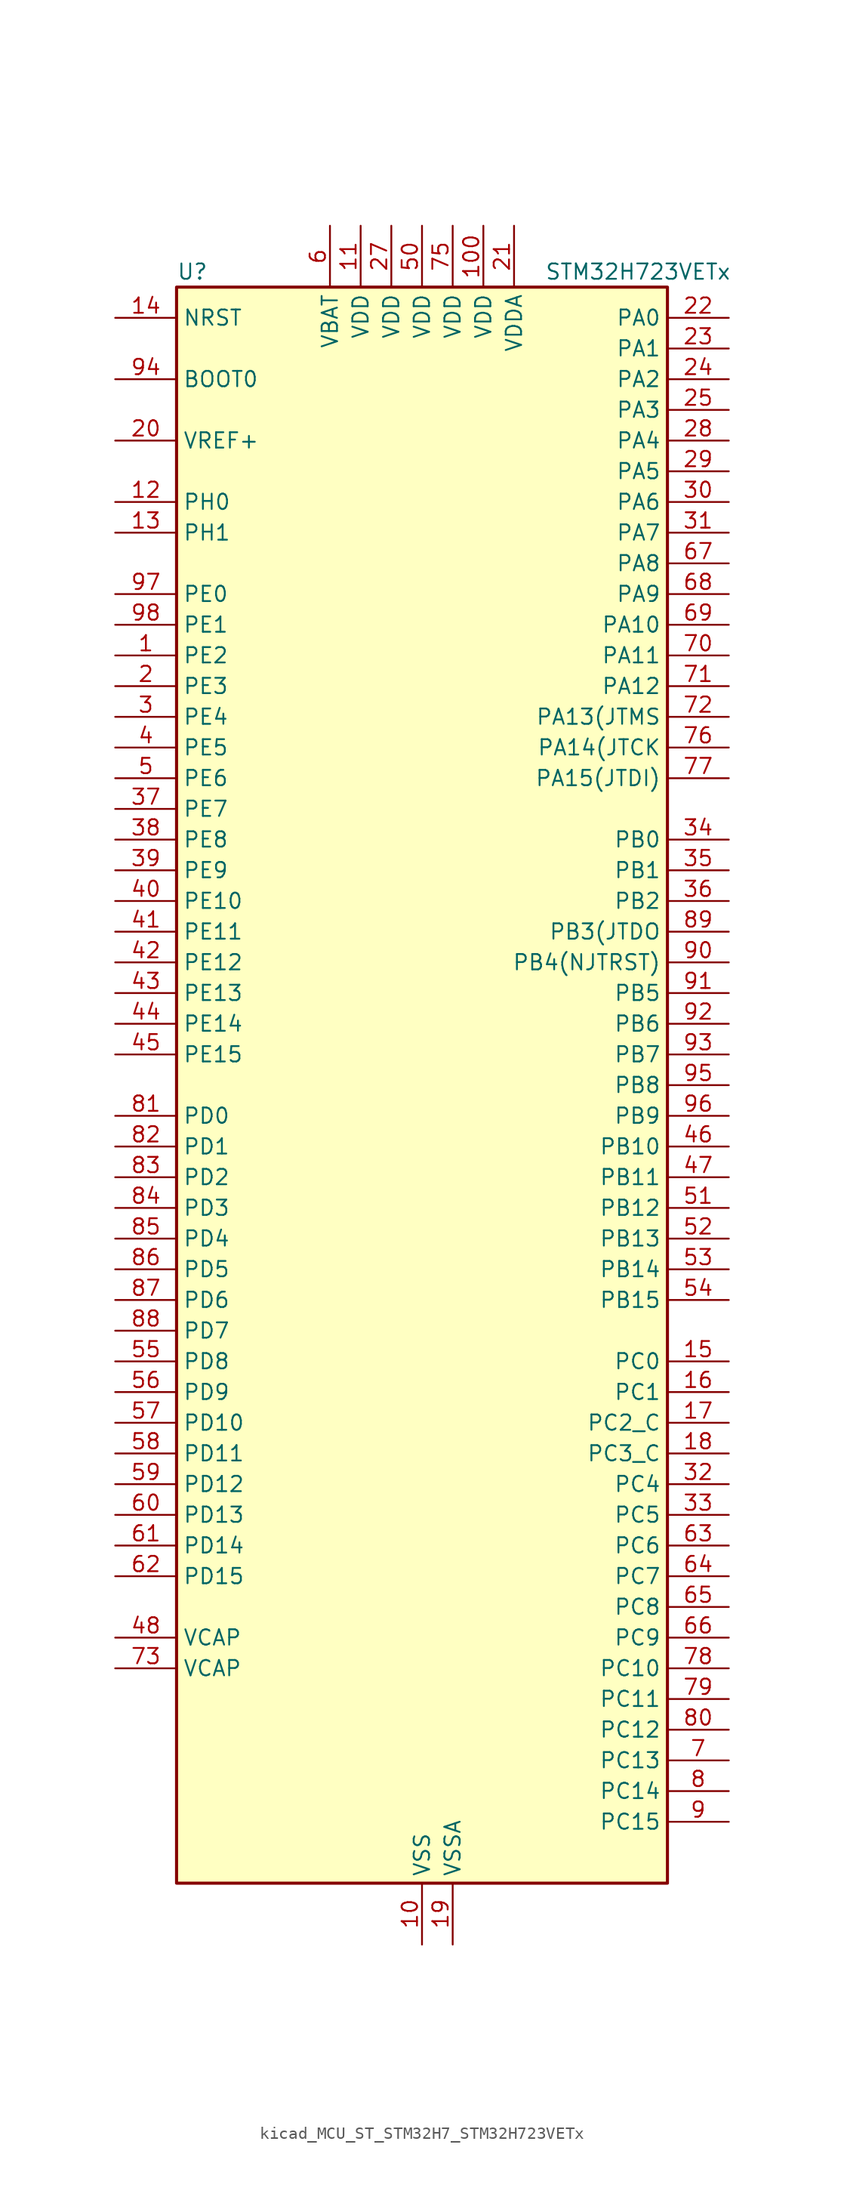
<source format=kicad_sym>
(kicad_symbol_lib
  (version 20220914)
  (generator kicad_symbol_editor)
  (symbol "kicad_MCU_ST_STM32H7_STM32H723VETx"
    (property "Reference" "U"
      (at -20.32 67.31 0)
      (effects (font (size 1.27 1.27)) (justify left)))
    (property "Value" "STM32H723VETx"
      (at 10.16 67.31 0)
      (effects (font (size 1.27 1.27)) (justify left)))
    (property "ki_locked" ""
      (at 0 0 0)
      (effects (font (size 1.27 1.27))))
    (symbol "kicad_MCU_ST_STM32H7_STM32H723VETx_0_1"
      (rectangle (start -20.32 -66.04) (end 20.32 66.04) (stroke (width 0.254) (type default)) (fill (type background))))
    (symbol "kicad_MCU_ST_STM32H7_STM32H723VETx_1_1"
      (pin bidirectional line (at -25.4 35.56 0) (length 5.08) (name "PE2" (effects (font (size 1.27 1.27)))) (number "1" (effects (font (size 1.27 1.27)))) (alternate "DEBUG_TRACECLK" bidirectional line) (alternate "ETH_TXD3" bidirectional line) (alternate "FMC_A23" bidirectional line) (alternate "OCTOSPIM_P1_IO2" bidirectional line) (alternate "SAI1_CK1" bidirectional line) (alternate "SAI1_MCLK_A" bidirectional line) (alternate "SAI4_CK1" bidirectional line) (alternate "SAI4_MCLK_A" bidirectional line) (alternate "SPI4_SCK" bidirectional line) (alternate "USART10_RX" bidirectional line))
      (pin power_in line (at 0 -71.12 90) (length 5.08) (name "VSS" (effects (font (size 1.27 1.27)))) (number "10" (effects (font (size 1.27 1.27)))))
      (pin power_in line (at 5.08 71.12 270) (length 5.08) (name "VDD" (effects (font (size 1.27 1.27)))) (number "100" (effects (font (size 1.27 1.27)))))
      (pin power_in line (at -5.08 71.12 270) (length 5.08) (name "VDD" (effects (font (size 1.27 1.27)))) (number "11" (effects (font (size 1.27 1.27)))))
      (pin bidirectional line (at -25.4 48.26 0) (length 5.08) (name "PH0" (effects (font (size 1.27 1.27)))) (number "12" (effects (font (size 1.27 1.27)))) (alternate "RCC_OSC_IN" bidirectional line))
      (pin bidirectional line (at -25.4 45.72 0) (length 5.08) (name "PH1" (effects (font (size 1.27 1.27)))) (number "13" (effects (font (size 1.27 1.27)))) (alternate "RCC_OSC_OUT" bidirectional line))
      (pin input line (at -25.4 63.5 0) (length 5.08) (name "NRST" (effects (font (size 1.27 1.27)))) (number "14" (effects (font (size 1.27 1.27)))))
      (pin bidirectional line (at 25.4 -22.86 180) (length 5.08) (name "PC0" (effects (font (size 1.27 1.27)))) (number "15" (effects (font (size 1.27 1.27)))) (alternate "ADC1_INP10" bidirectional line) (alternate "ADC2_INP10" bidirectional line) (alternate "ADC3_INP10" bidirectional line) (alternate "DFSDM1_CKIN0" bidirectional line) (alternate "DFSDM1_DATIN4" bidirectional line) (alternate "FMC_A25" bidirectional line) (alternate "FMC_D12" bidirectional line) (alternate "FMC_DA12" bidirectional line) (alternate "FMC_SDNWE" bidirectional line) (alternate "LTDC_G2" bidirectional line) (alternate "LTDC_R5" bidirectional line) (alternate "SAI4_FS_B" bidirectional line) (alternate "USB_OTG_HS_ULPI_STP" bidirectional line))
      (pin bidirectional line (at 25.4 -25.4 180) (length 5.08) (name "PC1" (effects (font (size 1.27 1.27)))) (number "16" (effects (font (size 1.27 1.27)))) (alternate "ADC1_INN10" bidirectional line) (alternate "ADC1_INP11" bidirectional line) (alternate "ADC2_INN10" bidirectional line) (alternate "ADC2_INP11" bidirectional line) (alternate "ADC3_INN10" bidirectional line) (alternate "ADC3_INP11" bidirectional line) (alternate "DEBUG_TRACED0" bidirectional line) (alternate "DFSDM1_CKIN4" bidirectional line) (alternate "DFSDM1_DATIN0" bidirectional line) (alternate "ETH_MDC" bidirectional line) (alternate "I2S2_SDO" bidirectional line) (alternate "LTDC_G5" bidirectional line) (alternate "MDIOS_MDC" bidirectional line) (alternate "OCTOSPIM_P1_IO4" bidirectional line) (alternate "PWR_WKUP6" bidirectional line) (alternate "RTC_TAMP3" bidirectional line) (alternate "SAI1_D1" bidirectional line) (alternate "SAI1_SD_A" bidirectional line) (alternate "SAI4_D1" bidirectional line) (alternate "SAI4_SD_A" bidirectional line) (alternate "SDMMC2_CK" bidirectional line) (alternate "SPI2_MOSI" bidirectional line))
      (pin bidirectional line (at 25.4 -27.94 180) (length 5.08) (name "PC2_C" (effects (font (size 1.27 1.27)))) (number "17" (effects (font (size 1.27 1.27)))) (alternate "ADC3_INN1" bidirectional line) (alternate "ADC3_INP0" bidirectional line) (alternate "DFSDM1_CKIN1" bidirectional line) (alternate "DFSDM1_CKOUT" bidirectional line) (alternate "ETH_TXD2" bidirectional line) (alternate "FMC_SDNE0" bidirectional line) (alternate "I2S2_SDI" bidirectional line) (alternate "OCTOSPIM_P1_IO2" bidirectional line) (alternate "OCTOSPIM_P1_IO5" bidirectional line) (alternate "PWR_CSTOP" bidirectional line) (alternate "SPI2_MISO" bidirectional line) (alternate "USB_OTG_HS_ULPI_DIR" bidirectional line))
      (pin bidirectional line (at 25.4 -30.48 180) (length 5.08) (name "PC3_C" (effects (font (size 1.27 1.27)))) (number "18" (effects (font (size 1.27 1.27)))) (alternate "ADC3_INP1" bidirectional line) (alternate "DFSDM1_DATIN1" bidirectional line) (alternate "ETH_TX_CLK" bidirectional line) (alternate "FMC_SDCKE0" bidirectional line) (alternate "I2S2_SDO" bidirectional line) (alternate "OCTOSPIM_P1_IO0" bidirectional line) (alternate "OCTOSPIM_P1_IO6" bidirectional line) (alternate "PWR_CSLEEP" bidirectional line) (alternate "SPI2_MOSI" bidirectional line) (alternate "USB_OTG_HS_ULPI_NXT" bidirectional line))
      (pin power_in line (at 2.54 -71.12 90) (length 5.08) (name "VSSA" (effects (font (size 1.27 1.27)))) (number "19" (effects (font (size 1.27 1.27)))))
      (pin bidirectional line (at -25.4 33.02 0) (length 5.08) (name "PE3" (effects (font (size 1.27 1.27)))) (number "2" (effects (font (size 1.27 1.27)))) (alternate "DEBUG_TRACED0" bidirectional line) (alternate "FMC_A19" bidirectional line) (alternate "SAI1_SD_B" bidirectional line) (alternate "SAI4_SD_B" bidirectional line) (alternate "TIM15_BKIN" bidirectional line) (alternate "USART10_TX" bidirectional line))
      (pin input line (at -25.4 53.34 0) (length 5.08) (name "VREF+" (effects (font (size 1.27 1.27)))) (number "20" (effects (font (size 1.27 1.27)))) (alternate "VREFBUF_OUT" bidirectional line))
      (pin power_in line (at 7.62 71.12 270) (length 5.08) (name "VDDA" (effects (font (size 1.27 1.27)))) (number "21" (effects (font (size 1.27 1.27)))))
      (pin bidirectional line (at 25.4 63.5 180) (length 5.08) (name "PA0" (effects (font (size 1.27 1.27)))) (number "22" (effects (font (size 1.27 1.27)))) (alternate "ADC1_INP16" bidirectional line) (alternate "ETH_CRS" bidirectional line) (alternate "FMC_A19" bidirectional line) (alternate "I2S6_WS" bidirectional line) (alternate "PWR_WKUP1" bidirectional line) (alternate "SAI4_SD_B" bidirectional line) (alternate "SDMMC2_CMD" bidirectional line) (alternate "SPI6_NSS" bidirectional line) (alternate "TIM15_BKIN" bidirectional line) (alternate "TIM2_CH1" bidirectional line) (alternate "TIM2_ETR" bidirectional line) (alternate "TIM5_CH1" bidirectional line) (alternate "TIM8_ETR" bidirectional line) (alternate "UART4_TX" bidirectional line) (alternate "USART2_CTS" bidirectional line) (alternate "USART2_NSS" bidirectional line))
      (pin bidirectional line (at 25.4 60.96 180) (length 5.08) (name "PA1" (effects (font (size 1.27 1.27)))) (number "23" (effects (font (size 1.27 1.27)))) (alternate "ADC1_INN16" bidirectional line) (alternate "ADC1_INP17" bidirectional line) (alternate "ETH_REF_CLK" bidirectional line) (alternate "ETH_RX_CLK" bidirectional line) (alternate "LPTIM3_OUT" bidirectional line) (alternate "LTDC_R2" bidirectional line) (alternate "OCTOSPIM_P1_DQS" bidirectional line) (alternate "OCTOSPIM_P1_IO3" bidirectional line) (alternate "SAI4_MCLK_B" bidirectional line) (alternate "TIM15_CH1N" bidirectional line) (alternate "TIM2_CH2" bidirectional line) (alternate "TIM5_CH2" bidirectional line) (alternate "UART4_RX" bidirectional line) (alternate "USART2_DE" bidirectional line) (alternate "USART2_RTS" bidirectional line))
      (pin bidirectional line (at 25.4 58.42 180) (length 5.08) (name "PA2" (effects (font (size 1.27 1.27)))) (number "24" (effects (font (size 1.27 1.27)))) (alternate "ADC1_INP14" bidirectional line) (alternate "ADC2_INP14" bidirectional line) (alternate "ETH_MDIO" bidirectional line) (alternate "LPTIM4_OUT" bidirectional line) (alternate "LTDC_R1" bidirectional line) (alternate "MDIOS_MDIO" bidirectional line) (alternate "OCTOSPIM_P1_IO0" bidirectional line) (alternate "PWR_WKUP2" bidirectional line) (alternate "SAI4_SCK_B" bidirectional line) (alternate "TIM15_CH1" bidirectional line) (alternate "TIM2_CH3" bidirectional line) (alternate "TIM5_CH3" bidirectional line) (alternate "USART2_TX" bidirectional line))
      (pin bidirectional line (at 25.4 55.88 180) (length 5.08) (name "PA3" (effects (font (size 1.27 1.27)))) (number "25" (effects (font (size 1.27 1.27)))) (alternate "ADC1_INP15" bidirectional line) (alternate "ADC2_INP15" bidirectional line) (alternate "ETH_COL" bidirectional line) (alternate "I2S6_MCK" bidirectional line) (alternate "LPTIM5_OUT" bidirectional line) (alternate "LTDC_B2" bidirectional line) (alternate "LTDC_B5" bidirectional line) (alternate "OCTOSPIM_P1_CLK" bidirectional line) (alternate "OCTOSPIM_P1_IO2" bidirectional line) (alternate "TIM15_CH2" bidirectional line) (alternate "TIM2_CH4" bidirectional line) (alternate "TIM5_CH4" bidirectional line) (alternate "USART2_RX" bidirectional line) (alternate "USB_OTG_HS_ULPI_D0" bidirectional line))
      (pin passive line (at 0 -71.12 90) (length 5.08) hide (name "VSS" (effects (font (size 1.27 1.27)))) (number "26" (effects (font (size 1.27 1.27)))))
      (pin power_in line (at -2.54 71.12 270) (length 5.08) (name "VDD" (effects (font (size 1.27 1.27)))) (number "27" (effects (font (size 1.27 1.27)))))
      (pin bidirectional line (at 25.4 53.34 180) (length 5.08) (name "PA4" (effects (font (size 1.27 1.27)))) (number "28" (effects (font (size 1.27 1.27)))) (alternate "ADC1_INP18" bidirectional line) (alternate "ADC2_INP18" bidirectional line) (alternate "DAC1_OUT1" bidirectional line) (alternate "DCMI_HSYNC" bidirectional line) (alternate "FMC_D8" bidirectional line) (alternate "FMC_DA8" bidirectional line) (alternate "I2S1_WS" bidirectional line) (alternate "I2S3_WS" bidirectional line) (alternate "I2S6_WS" bidirectional line) (alternate "LTDC_VSYNC" bidirectional line) (alternate "PSSI_DE" bidirectional line) (alternate "SPI1_NSS" bidirectional line) (alternate "SPI3_NSS" bidirectional line) (alternate "SPI6_NSS" bidirectional line) (alternate "TIM5_ETR" bidirectional line) (alternate "USART2_CK" bidirectional line))
      (pin bidirectional line (at 25.4 50.8 180) (length 5.08) (name "PA5" (effects (font (size 1.27 1.27)))) (number "29" (effects (font (size 1.27 1.27)))) (alternate "ADC1_INN18" bidirectional line) (alternate "ADC1_INP19" bidirectional line) (alternate "ADC2_INN18" bidirectional line) (alternate "ADC2_INP19" bidirectional line) (alternate "DAC1_OUT2" bidirectional line) (alternate "FMC_D9" bidirectional line) (alternate "FMC_DA9" bidirectional line) (alternate "I2S1_CK" bidirectional line) (alternate "I2S6_CK" bidirectional line) (alternate "LTDC_R4" bidirectional line) (alternate "PSSI_D14" bidirectional line) (alternate "PWR_NDSTOP2" bidirectional line) (alternate "SPI1_SCK" bidirectional line) (alternate "SPI6_SCK" bidirectional line) (alternate "TIM2_CH1" bidirectional line) (alternate "TIM2_ETR" bidirectional line) (alternate "TIM8_CH1N" bidirectional line) (alternate "USB_OTG_HS_ULPI_CK" bidirectional line))
      (pin bidirectional line (at -25.4 30.48 0) (length 5.08) (name "PE4" (effects (font (size 1.27 1.27)))) (number "3" (effects (font (size 1.27 1.27)))) (alternate "DCMI_D4" bidirectional line) (alternate "DEBUG_TRACED1" bidirectional line) (alternate "DFSDM1_DATIN3" bidirectional line) (alternate "FMC_A20" bidirectional line) (alternate "LTDC_B0" bidirectional line) (alternate "PSSI_D4" bidirectional line) (alternate "SAI1_D2" bidirectional line) (alternate "SAI1_FS_A" bidirectional line) (alternate "SAI4_D2" bidirectional line) (alternate "SAI4_FS_A" bidirectional line) (alternate "SPI4_NSS" bidirectional line) (alternate "TIM15_CH1N" bidirectional line))
      (pin bidirectional line (at 25.4 48.26 180) (length 5.08) (name "PA6" (effects (font (size 1.27 1.27)))) (number "30" (effects (font (size 1.27 1.27)))) (alternate "ADC1_INP3" bidirectional line) (alternate "ADC2_INP3" bidirectional line) (alternate "DCMI_PIXCLK" bidirectional line) (alternate "I2S1_SDI" bidirectional line) (alternate "I2S6_SDI" bidirectional line) (alternate "LTDC_G2" bidirectional line) (alternate "MDIOS_MDC" bidirectional line) (alternate "OCTOSPIM_P1_IO3" bidirectional line) (alternate "PSSI_PDCK" bidirectional line) (alternate "SPI1_MISO" bidirectional line) (alternate "SPI6_MISO" bidirectional line) (alternate "TIM13_CH1" bidirectional line) (alternate "TIM1_BKIN" bidirectional line) (alternate "TIM1_BKIN_COMP1" bidirectional line) (alternate "TIM1_BKIN_COMP2" bidirectional line) (alternate "TIM3_CH1" bidirectional line) (alternate "TIM8_BKIN" bidirectional line) (alternate "TIM8_BKIN_COMP1" bidirectional line) (alternate "TIM8_BKIN_COMP2" bidirectional line))
      (pin bidirectional line (at 25.4 45.72 180) (length 5.08) (name "PA7" (effects (font (size 1.27 1.27)))) (number "31" (effects (font (size 1.27 1.27)))) (alternate "ADC1_INN3" bidirectional line) (alternate "ADC1_INP7" bidirectional line) (alternate "ADC2_INN3" bidirectional line) (alternate "ADC2_INP7" bidirectional line) (alternate "ETH_CRS_DV" bidirectional line) (alternate "ETH_RX_DV" bidirectional line) (alternate "FMC_SDNWE" bidirectional line) (alternate "I2S1_SDO" bidirectional line) (alternate "I2S6_SDO" bidirectional line) (alternate "LTDC_VSYNC" bidirectional line) (alternate "OCTOSPIM_P1_IO2" bidirectional line) (alternate "OPAMP1_VINM" bidirectional line) (alternate "SPI1_MOSI" bidirectional line) (alternate "SPI6_MOSI" bidirectional line) (alternate "TIM14_CH1" bidirectional line) (alternate "TIM1_CH1N" bidirectional line) (alternate "TIM3_CH2" bidirectional line) (alternate "TIM8_CH1N" bidirectional line))
      (pin bidirectional line (at 25.4 -33.02 180) (length 5.08) (name "PC4" (effects (font (size 1.27 1.27)))) (number "32" (effects (font (size 1.27 1.27)))) (alternate "ADC1_INP4" bidirectional line) (alternate "ADC2_INP4" bidirectional line) (alternate "COMP1_INM" bidirectional line) (alternate "DFSDM1_CKIN2" bidirectional line) (alternate "ETH_RXD0" bidirectional line) (alternate "FMC_A22" bidirectional line) (alternate "FMC_SDNE0" bidirectional line) (alternate "I2S1_MCK" bidirectional line) (alternate "LTDC_R7" bidirectional line) (alternate "OPAMP1_VOUT" bidirectional line) (alternate "SDMMC2_CKIN" bidirectional line) (alternate "SPDIFRX1_IN2" bidirectional line))
      (pin bidirectional line (at 25.4 -35.56 180) (length 5.08) (name "PC5" (effects (font (size 1.27 1.27)))) (number "33" (effects (font (size 1.27 1.27)))) (alternate "ADC1_INN4" bidirectional line) (alternate "ADC1_INP8" bidirectional line) (alternate "ADC2_INN4" bidirectional line) (alternate "ADC2_INP8" bidirectional line) (alternate "COMP1_OUT" bidirectional line) (alternate "DFSDM1_DATIN2" bidirectional line) (alternate "ETH_RXD1" bidirectional line) (alternate "FMC_SDCKE0" bidirectional line) (alternate "LTDC_DE" bidirectional line) (alternate "OCTOSPIM_P1_DQS" bidirectional line) (alternate "OPAMP1_VINM" bidirectional line) (alternate "PSSI_D15" bidirectional line) (alternate "SAI1_D3" bidirectional line) (alternate "SAI4_D3" bidirectional line) (alternate "SPDIFRX1_IN3" bidirectional line))
      (pin bidirectional line (at 25.4 20.32 180) (length 5.08) (name "PB0" (effects (font (size 1.27 1.27)))) (number "34" (effects (font (size 1.27 1.27)))) (alternate "ADC1_INN5" bidirectional line) (alternate "ADC1_INP9" bidirectional line) (alternate "ADC2_INN5" bidirectional line) (alternate "ADC2_INP9" bidirectional line) (alternate "COMP1_INP" bidirectional line) (alternate "DFSDM1_CKOUT" bidirectional line) (alternate "ETH_RXD2" bidirectional line) (alternate "LTDC_G1" bidirectional line) (alternate "LTDC_R3" bidirectional line) (alternate "OCTOSPIM_P1_IO1" bidirectional line) (alternate "OPAMP1_VINP" bidirectional line) (alternate "TIM1_CH2N" bidirectional line) (alternate "TIM3_CH3" bidirectional line) (alternate "TIM8_CH2N" bidirectional line) (alternate "UART4_CTS" bidirectional line) (alternate "USB_OTG_HS_ULPI_D1" bidirectional line))
      (pin bidirectional line (at 25.4 17.78 180) (length 5.08) (name "PB1" (effects (font (size 1.27 1.27)))) (number "35" (effects (font (size 1.27 1.27)))) (alternate "ADC1_INP5" bidirectional line) (alternate "ADC2_INP5" bidirectional line) (alternate "COMP1_INM" bidirectional line) (alternate "DFSDM1_DATIN1" bidirectional line) (alternate "ETH_RXD3" bidirectional line) (alternate "LTDC_G0" bidirectional line) (alternate "LTDC_R6" bidirectional line) (alternate "OCTOSPIM_P1_IO0" bidirectional line) (alternate "TIM1_CH3N" bidirectional line) (alternate "TIM3_CH4" bidirectional line) (alternate "TIM8_CH3N" bidirectional line) (alternate "USB_OTG_HS_ULPI_D2" bidirectional line))
      (pin bidirectional line (at 25.4 15.24 180) (length 5.08) (name "PB2" (effects (font (size 1.27 1.27)))) (number "36" (effects (font (size 1.27 1.27)))) (alternate "COMP1_INP" bidirectional line) (alternate "DFSDM1_CKIN1" bidirectional line) (alternate "ETH_TX_ER" bidirectional line) (alternate "I2S3_SDO" bidirectional line) (alternate "OCTOSPIM_P1_CLK" bidirectional line) (alternate "OCTOSPIM_P1_DQS" bidirectional line) (alternate "RTC_OUT_ALARM" bidirectional line) (alternate "RTC_OUT_CALIB" bidirectional line) (alternate "SAI1_D1" bidirectional line) (alternate "SAI1_SD_A" bidirectional line) (alternate "SAI4_D1" bidirectional line) (alternate "SAI4_SD_A" bidirectional line) (alternate "SPI3_MOSI" bidirectional line) (alternate "TIM23_ETR" bidirectional line))
      (pin bidirectional line (at -25.4 22.86 0) (length 5.08) (name "PE7" (effects (font (size 1.27 1.27)))) (number "37" (effects (font (size 1.27 1.27)))) (alternate "COMP2_INM" bidirectional line) (alternate "DFSDM1_DATIN2" bidirectional line) (alternate "FMC_D4" bidirectional line) (alternate "FMC_DA4" bidirectional line) (alternate "OCTOSPIM_P1_IO4" bidirectional line) (alternate "OPAMP2_VOUT" bidirectional line) (alternate "TIM1_ETR" bidirectional line) (alternate "UART7_RX" bidirectional line))
      (pin bidirectional line (at -25.4 20.32 0) (length 5.08) (name "PE8" (effects (font (size 1.27 1.27)))) (number "38" (effects (font (size 1.27 1.27)))) (alternate "COMP2_OUT" bidirectional line) (alternate "DFSDM1_CKIN2" bidirectional line) (alternate "FMC_D5" bidirectional line) (alternate "FMC_DA5" bidirectional line) (alternate "OCTOSPIM_P1_IO5" bidirectional line) (alternate "OPAMP2_VINM" bidirectional line) (alternate "TIM1_CH1N" bidirectional line) (alternate "UART7_TX" bidirectional line))
      (pin bidirectional line (at -25.4 17.78 0) (length 5.08) (name "PE9" (effects (font (size 1.27 1.27)))) (number "39" (effects (font (size 1.27 1.27)))) (alternate "COMP2_INP" bidirectional line) (alternate "DAC1_EXTI9" bidirectional line) (alternate "DFSDM1_CKOUT" bidirectional line) (alternate "FMC_D6" bidirectional line) (alternate "FMC_DA6" bidirectional line) (alternate "OCTOSPIM_P1_IO6" bidirectional line) (alternate "OPAMP2_VINP" bidirectional line) (alternate "TIM1_CH1" bidirectional line) (alternate "UART7_DE" bidirectional line) (alternate "UART7_RTS" bidirectional line))
      (pin bidirectional line (at -25.4 27.94 0) (length 5.08) (name "PE5" (effects (font (size 1.27 1.27)))) (number "4" (effects (font (size 1.27 1.27)))) (alternate "DCMI_D6" bidirectional line) (alternate "DEBUG_TRACED2" bidirectional line) (alternate "DFSDM1_CKIN3" bidirectional line) (alternate "FMC_A21" bidirectional line) (alternate "LTDC_G0" bidirectional line) (alternate "PSSI_D6" bidirectional line) (alternate "SAI1_CK2" bidirectional line) (alternate "SAI1_SCK_A" bidirectional line) (alternate "SAI4_CK2" bidirectional line) (alternate "SAI4_SCK_A" bidirectional line) (alternate "SPI4_MISO" bidirectional line) (alternate "TIM15_CH1" bidirectional line))
      (pin bidirectional line (at -25.4 15.24 0) (length 5.08) (name "PE10" (effects (font (size 1.27 1.27)))) (number "40" (effects (font (size 1.27 1.27)))) (alternate "COMP2_INM" bidirectional line) (alternate "DFSDM1_DATIN4" bidirectional line) (alternate "FMC_D7" bidirectional line) (alternate "FMC_DA7" bidirectional line) (alternate "OCTOSPIM_P1_IO7" bidirectional line) (alternate "TIM1_CH2N" bidirectional line) (alternate "UART7_CTS" bidirectional line))
      (pin bidirectional line (at -25.4 12.7 0) (length 5.08) (name "PE11" (effects (font (size 1.27 1.27)))) (number "41" (effects (font (size 1.27 1.27)))) (alternate "ADC1_EXTI11" bidirectional line) (alternate "ADC2_EXTI11" bidirectional line) (alternate "ADC3_EXTI11" bidirectional line) (alternate "COMP2_INP" bidirectional line) (alternate "DFSDM1_CKIN4" bidirectional line) (alternate "FMC_D8" bidirectional line) (alternate "FMC_DA8" bidirectional line) (alternate "LTDC_G3" bidirectional line) (alternate "OCTOSPIM_P1_NCS" bidirectional line) (alternate "SAI4_SD_B" bidirectional line) (alternate "SPI4_NSS" bidirectional line) (alternate "TIM1_CH2" bidirectional line))
      (pin bidirectional line (at -25.4 10.16 0) (length 5.08) (name "PE12" (effects (font (size 1.27 1.27)))) (number "42" (effects (font (size 1.27 1.27)))) (alternate "COMP1_OUT" bidirectional line) (alternate "DFSDM1_DATIN5" bidirectional line) (alternate "FMC_D9" bidirectional line) (alternate "FMC_DA9" bidirectional line) (alternate "LTDC_B4" bidirectional line) (alternate "SAI4_SCK_B" bidirectional line) (alternate "SPI4_SCK" bidirectional line) (alternate "TIM1_CH3N" bidirectional line))
      (pin bidirectional line (at -25.4 7.62 0) (length 5.08) (name "PE13" (effects (font (size 1.27 1.27)))) (number "43" (effects (font (size 1.27 1.27)))) (alternate "COMP2_OUT" bidirectional line) (alternate "DFSDM1_CKIN5" bidirectional line) (alternate "FMC_D10" bidirectional line) (alternate "FMC_DA10" bidirectional line) (alternate "LTDC_DE" bidirectional line) (alternate "SAI4_FS_B" bidirectional line) (alternate "SPI4_MISO" bidirectional line) (alternate "TIM1_CH3" bidirectional line))
      (pin bidirectional line (at -25.4 5.08 0) (length 5.08) (name "PE14" (effects (font (size 1.27 1.27)))) (number "44" (effects (font (size 1.27 1.27)))) (alternate "FMC_D11" bidirectional line) (alternate "FMC_DA11" bidirectional line) (alternate "LTDC_CLK" bidirectional line) (alternate "SAI4_MCLK_B" bidirectional line) (alternate "SPI4_MOSI" bidirectional line) (alternate "TIM1_CH4" bidirectional line))
      (pin bidirectional line (at -25.4 2.54 0) (length 5.08) (name "PE15" (effects (font (size 1.27 1.27)))) (number "45" (effects (font (size 1.27 1.27)))) (alternate "ADC1_EXTI15" bidirectional line) (alternate "ADC2_EXTI15" bidirectional line) (alternate "ADC3_EXTI15" bidirectional line) (alternate "FMC_D12" bidirectional line) (alternate "FMC_DA12" bidirectional line) (alternate "LTDC_R7" bidirectional line) (alternate "TIM1_BKIN" bidirectional line) (alternate "TIM1_BKIN_COMP1" bidirectional line) (alternate "TIM1_BKIN_COMP2" bidirectional line) (alternate "USART10_CK" bidirectional line))
      (pin bidirectional line (at 25.4 -5.08 180) (length 5.08) (name "PB10" (effects (font (size 1.27 1.27)))) (number "46" (effects (font (size 1.27 1.27)))) (alternate "DFSDM1_DATIN7" bidirectional line) (alternate "ETH_RX_ER" bidirectional line) (alternate "I2C2_SCL" bidirectional line) (alternate "I2S2_CK" bidirectional line) (alternate "LPTIM2_IN1" bidirectional line) (alternate "LTDC_G4" bidirectional line) (alternate "OCTOSPIM_P1_NCS" bidirectional line) (alternate "SPI2_SCK" bidirectional line) (alternate "TIM2_CH3" bidirectional line) (alternate "USART3_TX" bidirectional line) (alternate "USB_OTG_HS_ULPI_D3" bidirectional line))
      (pin bidirectional line (at 25.4 -7.62 180) (length 5.08) (name "PB11" (effects (font (size 1.27 1.27)))) (number "47" (effects (font (size 1.27 1.27)))) (alternate "ADC1_EXTI11" bidirectional line) (alternate "ADC2_EXTI11" bidirectional line) (alternate "ADC3_EXTI11" bidirectional line) (alternate "DFSDM1_CKIN7" bidirectional line) (alternate "ETH_TX_EN" bidirectional line) (alternate "I2C2_SDA" bidirectional line) (alternate "LPTIM2_ETR" bidirectional line) (alternate "LTDC_G5" bidirectional line) (alternate "TIM2_CH4" bidirectional line) (alternate "USART3_RX" bidirectional line) (alternate "USB_OTG_HS_ULPI_D4" bidirectional line))
      (pin power_out line (at -25.4 -45.72 0) (length 5.08) (name "VCAP" (effects (font (size 1.27 1.27)))) (number "48" (effects (font (size 1.27 1.27)))))
      (pin passive line (at 0 -71.12 90) (length 5.08) hide (name "VSS" (effects (font (size 1.27 1.27)))) (number "49" (effects (font (size 1.27 1.27)))))
      (pin bidirectional line (at -25.4 25.4 0) (length 5.08) (name "PE6" (effects (font (size 1.27 1.27)))) (number "5" (effects (font (size 1.27 1.27)))) (alternate "DCMI_D7" bidirectional line) (alternate "DEBUG_TRACED3" bidirectional line) (alternate "FMC_A22" bidirectional line) (alternate "LTDC_G1" bidirectional line) (alternate "PSSI_D7" bidirectional line) (alternate "SAI1_D1" bidirectional line) (alternate "SAI1_SD_A" bidirectional line) (alternate "SAI4_D1" bidirectional line) (alternate "SAI4_MCLK_B" bidirectional line) (alternate "SAI4_SD_A" bidirectional line) (alternate "SPI4_MOSI" bidirectional line) (alternate "TIM15_CH2" bidirectional line) (alternate "TIM1_BKIN2" bidirectional line) (alternate "TIM1_BKIN2_COMP1" bidirectional line) (alternate "TIM1_BKIN2_COMP2" bidirectional line))
      (pin power_in line (at 0 71.12 270) (length 5.08) (name "VDD" (effects (font (size 1.27 1.27)))) (number "50" (effects (font (size 1.27 1.27)))))
      (pin bidirectional line (at 25.4 -10.16 180) (length 5.08) (name "PB12" (effects (font (size 1.27 1.27)))) (number "51" (effects (font (size 1.27 1.27)))) (alternate "DFSDM1_DATIN1" bidirectional line) (alternate "ETH_TXD0" bidirectional line) (alternate "FDCAN2_RX" bidirectional line) (alternate "I2C2_SMBA" bidirectional line) (alternate "I2S2_WS" bidirectional line) (alternate "OCTOSPIM_P1_IO0" bidirectional line) (alternate "OCTOSPIM_P1_NCLK" bidirectional line) (alternate "SPI2_NSS" bidirectional line) (alternate "TIM1_BKIN" bidirectional line) (alternate "TIM1_BKIN_COMP1" bidirectional line) (alternate "TIM1_BKIN_COMP2" bidirectional line) (alternate "UART5_RX" bidirectional line) (alternate "USART3_CK" bidirectional line) (alternate "USB_OTG_HS_ULPI_D5" bidirectional line))
      (pin bidirectional line (at 25.4 -12.7 180) (length 5.08) (name "PB13" (effects (font (size 1.27 1.27)))) (number "52" (effects (font (size 1.27 1.27)))) (alternate "DCMI_D2" bidirectional line) (alternate "DFSDM1_CKIN1" bidirectional line) (alternate "ETH_TXD1" bidirectional line) (alternate "FDCAN2_TX" bidirectional line) (alternate "I2S2_CK" bidirectional line) (alternate "LPTIM2_OUT" bidirectional line) (alternate "OCTOSPIM_P1_IO2" bidirectional line) (alternate "PSSI_D2" bidirectional line) (alternate "SDMMC1_D0" bidirectional line) (alternate "SPI2_SCK" bidirectional line) (alternate "TIM1_CH1N" bidirectional line) (alternate "UART5_TX" bidirectional line) (alternate "USART3_CTS" bidirectional line) (alternate "USART3_NSS" bidirectional line) (alternate "USB_OTG_HS_ULPI_D6" bidirectional line))
      (pin bidirectional line (at 25.4 -15.24 180) (length 5.08) (name "PB14" (effects (font (size 1.27 1.27)))) (number "53" (effects (font (size 1.27 1.27)))) (alternate "DFSDM1_DATIN2" bidirectional line) (alternate "FMC_D10" bidirectional line) (alternate "FMC_DA10" bidirectional line) (alternate "I2S2_SDI" bidirectional line) (alternate "LTDC_CLK" bidirectional line) (alternate "SDMMC2_D0" bidirectional line) (alternate "SPI2_MISO" bidirectional line) (alternate "TIM12_CH1" bidirectional line) (alternate "TIM1_CH2N" bidirectional line) (alternate "TIM8_CH2N" bidirectional line) (alternate "UART4_DE" bidirectional line) (alternate "UART4_RTS" bidirectional line) (alternate "USART1_TX" bidirectional line) (alternate "USART3_DE" bidirectional line) (alternate "USART3_RTS" bidirectional line))
      (pin bidirectional line (at 25.4 -17.78 180) (length 5.08) (name "PB15" (effects (font (size 1.27 1.27)))) (number "54" (effects (font (size 1.27 1.27)))) (alternate "ADC1_EXTI15" bidirectional line) (alternate "ADC2_EXTI15" bidirectional line) (alternate "ADC3_EXTI15" bidirectional line) (alternate "DFSDM1_CKIN2" bidirectional line) (alternate "FMC_D11" bidirectional line) (alternate "FMC_DA11" bidirectional line) (alternate "I2S2_SDO" bidirectional line) (alternate "LTDC_G7" bidirectional line) (alternate "RTC_REFIN" bidirectional line) (alternate "SDMMC2_D1" bidirectional line) (alternate "SPI2_MOSI" bidirectional line) (alternate "TIM12_CH2" bidirectional line) (alternate "TIM1_CH3N" bidirectional line) (alternate "TIM8_CH3N" bidirectional line) (alternate "UART4_CTS" bidirectional line) (alternate "USART1_RX" bidirectional line))
      (pin bidirectional line (at -25.4 -22.86 0) (length 5.08) (name "PD8" (effects (font (size 1.27 1.27)))) (number "55" (effects (font (size 1.27 1.27)))) (alternate "DFSDM1_CKIN3" bidirectional line) (alternate "FMC_D13" bidirectional line) (alternate "FMC_DA13" bidirectional line) (alternate "SPDIFRX1_IN1" bidirectional line) (alternate "USART3_TX" bidirectional line))
      (pin bidirectional line (at -25.4 -25.4 0) (length 5.08) (name "PD9" (effects (font (size 1.27 1.27)))) (number "56" (effects (font (size 1.27 1.27)))) (alternate "DAC1_EXTI9" bidirectional line) (alternate "DFSDM1_DATIN3" bidirectional line) (alternate "FMC_D14" bidirectional line) (alternate "FMC_DA14" bidirectional line) (alternate "USART3_RX" bidirectional line))
      (pin bidirectional line (at -25.4 -27.94 0) (length 5.08) (name "PD10" (effects (font (size 1.27 1.27)))) (number "57" (effects (font (size 1.27 1.27)))) (alternate "DFSDM1_CKOUT" bidirectional line) (alternate "FMC_D15" bidirectional line) (alternate "FMC_DA15" bidirectional line) (alternate "LTDC_B3" bidirectional line) (alternate "USART3_CK" bidirectional line))
      (pin bidirectional line (at -25.4 -30.48 0) (length 5.08) (name "PD11" (effects (font (size 1.27 1.27)))) (number "58" (effects (font (size 1.27 1.27)))) (alternate "ADC1_EXTI11" bidirectional line) (alternate "ADC2_EXTI11" bidirectional line) (alternate "ADC3_EXTI11" bidirectional line) (alternate "FMC_A16" bidirectional line) (alternate "FMC_CLE" bidirectional line) (alternate "I2C4_SMBA" bidirectional line) (alternate "LPTIM2_IN2" bidirectional line) (alternate "OCTOSPIM_P1_IO0" bidirectional line) (alternate "SAI4_SD_A" bidirectional line) (alternate "USART3_CTS" bidirectional line) (alternate "USART3_NSS" bidirectional line))
      (pin bidirectional line (at -25.4 -33.02 0) (length 5.08) (name "PD12" (effects (font (size 1.27 1.27)))) (number "59" (effects (font (size 1.27 1.27)))) (alternate "DCMI_D12" bidirectional line) (alternate "FDCAN3_RX" bidirectional line) (alternate "FMC_A17" bidirectional line) (alternate "FMC_ALE" bidirectional line) (alternate "I2C4_SCL" bidirectional line) (alternate "LPTIM1_IN1" bidirectional line) (alternate "LPTIM2_IN1" bidirectional line) (alternate "OCTOSPIM_P1_IO1" bidirectional line) (alternate "PSSI_D12" bidirectional line) (alternate "SAI4_FS_A" bidirectional line) (alternate "TIM4_CH1" bidirectional line) (alternate "USART3_DE" bidirectional line) (alternate "USART3_RTS" bidirectional line))
      (pin power_in line (at -7.62 71.12 270) (length 5.08) (name "VBAT" (effects (font (size 1.27 1.27)))) (number "6" (effects (font (size 1.27 1.27)))))
      (pin bidirectional line (at -25.4 -35.56 0) (length 5.08) (name "PD13" (effects (font (size 1.27 1.27)))) (number "60" (effects (font (size 1.27 1.27)))) (alternate "DCMI_D13" bidirectional line) (alternate "FDCAN3_TX" bidirectional line) (alternate "FMC_A18" bidirectional line) (alternate "I2C4_SDA" bidirectional line) (alternate "LPTIM1_OUT" bidirectional line) (alternate "OCTOSPIM_P1_IO3" bidirectional line) (alternate "PSSI_D13" bidirectional line) (alternate "SAI4_SCK_A" bidirectional line) (alternate "TIM4_CH2" bidirectional line) (alternate "UART9_DE" bidirectional line) (alternate "UART9_RTS" bidirectional line))
      (pin bidirectional line (at -25.4 -38.1 0) (length 5.08) (name "PD14" (effects (font (size 1.27 1.27)))) (number "61" (effects (font (size 1.27 1.27)))) (alternate "FMC_D0" bidirectional line) (alternate "FMC_DA0" bidirectional line) (alternate "TIM4_CH3" bidirectional line) (alternate "UART8_CTS" bidirectional line) (alternate "UART9_RX" bidirectional line))
      (pin bidirectional line (at -25.4 -40.64 0) (length 5.08) (name "PD15" (effects (font (size 1.27 1.27)))) (number "62" (effects (font (size 1.27 1.27)))) (alternate "ADC1_EXTI15" bidirectional line) (alternate "ADC2_EXTI15" bidirectional line) (alternate "ADC3_EXTI15" bidirectional line) (alternate "FMC_D1" bidirectional line) (alternate "FMC_DA1" bidirectional line) (alternate "TIM4_CH4" bidirectional line) (alternate "UART8_DE" bidirectional line) (alternate "UART8_RTS" bidirectional line) (alternate "UART9_TX" bidirectional line))
      (pin bidirectional line (at 25.4 -38.1 180) (length 5.08) (name "PC6" (effects (font (size 1.27 1.27)))) (number "63" (effects (font (size 1.27 1.27)))) (alternate "DCMI_D0" bidirectional line) (alternate "DFSDM1_CKIN3" bidirectional line) (alternate "FMC_NWAIT" bidirectional line) (alternate "I2S2_MCK" bidirectional line) (alternate "LTDC_HSYNC" bidirectional line) (alternate "PSSI_D0" bidirectional line) (alternate "SDMMC1_D0DIR" bidirectional line) (alternate "SDMMC1_D6" bidirectional line) (alternate "SDMMC2_D6" bidirectional line) (alternate "SWPMI1_IO" bidirectional line) (alternate "TIM3_CH1" bidirectional line) (alternate "TIM8_CH1" bidirectional line) (alternate "USART6_TX" bidirectional line))
      (pin bidirectional line (at 25.4 -40.64 180) (length 5.08) (name "PC7" (effects (font (size 1.27 1.27)))) (number "64" (effects (font (size 1.27 1.27)))) (alternate "DCMI_D1" bidirectional line) (alternate "DEBUG_TRGIO" bidirectional line) (alternate "DFSDM1_DATIN3" bidirectional line) (alternate "FMC_NE1" bidirectional line) (alternate "I2S3_MCK" bidirectional line) (alternate "LTDC_G6" bidirectional line) (alternate "PSSI_D1" bidirectional line) (alternate "SDMMC1_D123DIR" bidirectional line) (alternate "SDMMC1_D7" bidirectional line) (alternate "SDMMC2_D7" bidirectional line) (alternate "SWPMI1_TX" bidirectional line) (alternate "TIM3_CH2" bidirectional line) (alternate "TIM8_CH2" bidirectional line) (alternate "USART6_RX" bidirectional line))
      (pin bidirectional line (at 25.4 -43.18 180) (length 5.08) (name "PC8" (effects (font (size 1.27 1.27)))) (number "65" (effects (font (size 1.27 1.27)))) (alternate "DCMI_D2" bidirectional line) (alternate "DEBUG_TRACED1" bidirectional line) (alternate "FMC_INT" bidirectional line) (alternate "FMC_NCE" bidirectional line) (alternate "FMC_NE2" bidirectional line) (alternate "PSSI_D2" bidirectional line) (alternate "SDMMC1_D0" bidirectional line) (alternate "SWPMI1_RX" bidirectional line) (alternate "TIM3_CH3" bidirectional line) (alternate "TIM8_CH3" bidirectional line) (alternate "UART5_DE" bidirectional line) (alternate "UART5_RTS" bidirectional line) (alternate "USART6_CK" bidirectional line))
      (pin bidirectional line (at 25.4 -45.72 180) (length 5.08) (name "PC9" (effects (font (size 1.27 1.27)))) (number "66" (effects (font (size 1.27 1.27)))) (alternate "DAC1_EXTI9" bidirectional line) (alternate "DCMI_D3" bidirectional line) (alternate "I2C3_SDA" bidirectional line) (alternate "I2C5_SDA" bidirectional line) (alternate "I2S_CKIN" bidirectional line) (alternate "LTDC_B2" bidirectional line) (alternate "LTDC_G3" bidirectional line) (alternate "OCTOSPIM_P1_IO0" bidirectional line) (alternate "PSSI_D3" bidirectional line) (alternate "RCC_MCO_2" bidirectional line) (alternate "SDMMC1_D1" bidirectional line) (alternate "SWPMI1_SUSPEND" bidirectional line) (alternate "TIM3_CH4" bidirectional line) (alternate "TIM8_CH4" bidirectional line) (alternate "UART5_CTS" bidirectional line))
      (pin bidirectional line (at 25.4 43.18 180) (length 5.08) (name "PA8" (effects (font (size 1.27 1.27)))) (number "67" (effects (font (size 1.27 1.27)))) (alternate "I2C3_SCL" bidirectional line) (alternate "I2C5_SCL" bidirectional line) (alternate "LTDC_B3" bidirectional line) (alternate "LTDC_R6" bidirectional line) (alternate "RCC_MCO_1" bidirectional line) (alternate "TIM1_CH1" bidirectional line) (alternate "TIM8_BKIN2" bidirectional line) (alternate "TIM8_BKIN2_COMP1" bidirectional line) (alternate "TIM8_BKIN2_COMP2" bidirectional line) (alternate "UART7_RX" bidirectional line) (alternate "USART1_CK" bidirectional line) (alternate "USB_OTG_HS_SOF" bidirectional line))
      (pin bidirectional line (at 25.4 40.64 180) (length 5.08) (name "PA9" (effects (font (size 1.27 1.27)))) (number "68" (effects (font (size 1.27 1.27)))) (alternate "DAC1_EXTI9" bidirectional line) (alternate "DCMI_D0" bidirectional line) (alternate "ETH_TX_ER" bidirectional line) (alternate "I2C3_SMBA" bidirectional line) (alternate "I2C5_SMBA" bidirectional line) (alternate "I2S2_CK" bidirectional line) (alternate "LPUART1_TX" bidirectional line) (alternate "LTDC_R5" bidirectional line) (alternate "PSSI_D0" bidirectional line) (alternate "SPI2_SCK" bidirectional line) (alternate "TIM1_CH2" bidirectional line) (alternate "USART1_TX" bidirectional line) (alternate "USB_OTG_HS_VBUS" bidirectional line))
      (pin bidirectional line (at 25.4 38.1 180) (length 5.08) (name "PA10" (effects (font (size 1.27 1.27)))) (number "69" (effects (font (size 1.27 1.27)))) (alternate "DCMI_D1" bidirectional line) (alternate "LPUART1_RX" bidirectional line) (alternate "LTDC_B1" bidirectional line) (alternate "LTDC_B4" bidirectional line) (alternate "MDIOS_MDIO" bidirectional line) (alternate "PSSI_D1" bidirectional line) (alternate "TIM1_CH3" bidirectional line) (alternate "USART1_RX" bidirectional line) (alternate "USB_OTG_HS_ID" bidirectional line))
      (pin bidirectional line (at 25.4 -55.88 180) (length 5.08) (name "PC13" (effects (font (size 1.27 1.27)))) (number "7" (effects (font (size 1.27 1.27)))) (alternate "PWR_WKUP4" bidirectional line) (alternate "RTC_OUT_ALARM" bidirectional line) (alternate "RTC_OUT_CALIB" bidirectional line) (alternate "RTC_TAMP1" bidirectional line) (alternate "RTC_TS" bidirectional line))
      (pin bidirectional line (at 25.4 35.56 180) (length 5.08) (name "PA11" (effects (font (size 1.27 1.27)))) (number "70" (effects (font (size 1.27 1.27)))) (alternate "ADC1_EXTI11" bidirectional line) (alternate "ADC2_EXTI11" bidirectional line) (alternate "ADC3_EXTI11" bidirectional line) (alternate "FDCAN1_RX" bidirectional line) (alternate "I2S2_WS" bidirectional line) (alternate "LPUART1_CTS" bidirectional line) (alternate "LTDC_R4" bidirectional line) (alternate "SPI2_NSS" bidirectional line) (alternate "TIM1_CH4" bidirectional line) (alternate "UART4_RX" bidirectional line) (alternate "USART1_CTS" bidirectional line) (alternate "USART1_NSS" bidirectional line) (alternate "USB_OTG_HS_DM" bidirectional line))
      (pin bidirectional line (at 25.4 33.02 180) (length 5.08) (name "PA12" (effects (font (size 1.27 1.27)))) (number "71" (effects (font (size 1.27 1.27)))) (alternate "FDCAN1_TX" bidirectional line) (alternate "I2S2_CK" bidirectional line) (alternate "LPUART1_DE" bidirectional line) (alternate "LPUART1_RTS" bidirectional line) (alternate "LTDC_R5" bidirectional line) (alternate "SAI4_FS_B" bidirectional line) (alternate "SPI2_SCK" bidirectional line) (alternate "TIM1_BKIN2" bidirectional line) (alternate "TIM1_ETR" bidirectional line) (alternate "UART4_TX" bidirectional line) (alternate "USART1_DE" bidirectional line) (alternate "USART1_RTS" bidirectional line) (alternate "USB_OTG_HS_DP" bidirectional line))
      (pin bidirectional line (at 25.4 30.48 180) (length 5.08) (name "PA13(JTMS" (effects (font (size 1.27 1.27)))) (number "72" (effects (font (size 1.27 1.27)))) (alternate "DEBUG_JTMS-SWDIO" bidirectional line))
      (pin power_out line (at -25.4 -48.26 0) (length 5.08) (name "VCAP" (effects (font (size 1.27 1.27)))) (number "73" (effects (font (size 1.27 1.27)))))
      (pin passive line (at 0 -71.12 90) (length 5.08) hide (name "VSS" (effects (font (size 1.27 1.27)))) (number "74" (effects (font (size 1.27 1.27)))))
      (pin power_in line (at 2.54 71.12 270) (length 5.08) (name "VDD" (effects (font (size 1.27 1.27)))) (number "75" (effects (font (size 1.27 1.27)))))
      (pin bidirectional line (at 25.4 27.94 180) (length 5.08) (name "PA14(JTCK" (effects (font (size 1.27 1.27)))) (number "76" (effects (font (size 1.27 1.27)))) (alternate "DEBUG_JTCK-SWCLK" bidirectional line))
      (pin bidirectional line (at 25.4 25.4 180) (length 5.08) (name "PA15(JTDI)" (effects (font (size 1.27 1.27)))) (number "77" (effects (font (size 1.27 1.27)))) (alternate "ADC1_EXTI15" bidirectional line) (alternate "ADC2_EXTI15" bidirectional line) (alternate "ADC3_EXTI15" bidirectional line) (alternate "CEC" bidirectional line) (alternate "DEBUG_JTDI" bidirectional line) (alternate "I2S1_WS" bidirectional line) (alternate "I2S3_WS" bidirectional line) (alternate "I2S6_WS" bidirectional line) (alternate "LTDC_B6" bidirectional line) (alternate "LTDC_R3" bidirectional line) (alternate "SPI1_NSS" bidirectional line) (alternate "SPI3_NSS" bidirectional line) (alternate "SPI6_NSS" bidirectional line) (alternate "TIM2_CH1" bidirectional line) (alternate "TIM2_ETR" bidirectional line) (alternate "UART4_DE" bidirectional line) (alternate "UART4_RTS" bidirectional line) (alternate "UART7_TX" bidirectional line))
      (pin bidirectional line (at 25.4 -48.26 180) (length 5.08) (name "PC10" (effects (font (size 1.27 1.27)))) (number "78" (effects (font (size 1.27 1.27)))) (alternate "DCMI_D8" bidirectional line) (alternate "DFSDM1_CKIN5" bidirectional line) (alternate "I2C5_SDA" bidirectional line) (alternate "I2S3_CK" bidirectional line) (alternate "LTDC_B1" bidirectional line) (alternate "LTDC_R2" bidirectional line) (alternate "OCTOSPIM_P1_IO1" bidirectional line) (alternate "PSSI_D8" bidirectional line) (alternate "SDMMC1_D2" bidirectional line) (alternate "SPI3_SCK" bidirectional line) (alternate "SWPMI1_RX" bidirectional line) (alternate "UART4_TX" bidirectional line) (alternate "USART3_TX" bidirectional line))
      (pin bidirectional line (at 25.4 -50.8 180) (length 5.08) (name "PC11" (effects (font (size 1.27 1.27)))) (number "79" (effects (font (size 1.27 1.27)))) (alternate "ADC1_EXTI11" bidirectional line) (alternate "ADC2_EXTI11" bidirectional line) (alternate "ADC3_EXTI11" bidirectional line) (alternate "DCMI_D4" bidirectional line) (alternate "DFSDM1_DATIN5" bidirectional line) (alternate "I2C5_SCL" bidirectional line) (alternate "I2S3_SDI" bidirectional line) (alternate "LTDC_B4" bidirectional line) (alternate "OCTOSPIM_P1_NCS" bidirectional line) (alternate "PSSI_D4" bidirectional line) (alternate "SDMMC1_D3" bidirectional line) (alternate "SPI3_MISO" bidirectional line) (alternate "UART4_RX" bidirectional line) (alternate "USART3_RX" bidirectional line))
      (pin bidirectional line (at 25.4 -58.42 180) (length 5.08) (name "PC14" (effects (font (size 1.27 1.27)))) (number "8" (effects (font (size 1.27 1.27)))) (alternate "RCC_OSC32_IN" bidirectional line))
      (pin bidirectional line (at 25.4 -53.34 180) (length 5.08) (name "PC12" (effects (font (size 1.27 1.27)))) (number "80" (effects (font (size 1.27 1.27)))) (alternate "DCMI_D9" bidirectional line) (alternate "DEBUG_TRACED3" bidirectional line) (alternate "FMC_D6" bidirectional line) (alternate "FMC_DA6" bidirectional line) (alternate "I2C5_SMBA" bidirectional line) (alternate "I2S3_SDO" bidirectional line) (alternate "I2S6_CK" bidirectional line) (alternate "LTDC_R6" bidirectional line) (alternate "PSSI_D9" bidirectional line) (alternate "SDMMC1_CK" bidirectional line) (alternate "SPI3_MOSI" bidirectional line) (alternate "SPI6_SCK" bidirectional line) (alternate "TIM15_CH1" bidirectional line) (alternate "UART5_TX" bidirectional line) (alternate "USART3_CK" bidirectional line))
      (pin bidirectional line (at -25.4 -2.54 0) (length 5.08) (name "PD0" (effects (font (size 1.27 1.27)))) (number "81" (effects (font (size 1.27 1.27)))) (alternate "DFSDM1_CKIN6" bidirectional line) (alternate "FDCAN1_RX" bidirectional line) (alternate "FMC_D2" bidirectional line) (alternate "FMC_DA2" bidirectional line) (alternate "LTDC_B1" bidirectional line) (alternate "UART4_RX" bidirectional line) (alternate "UART9_CTS" bidirectional line))
      (pin bidirectional line (at -25.4 -5.08 0) (length 5.08) (name "PD1" (effects (font (size 1.27 1.27)))) (number "82" (effects (font (size 1.27 1.27)))) (alternate "DFSDM1_DATIN6" bidirectional line) (alternate "FDCAN1_TX" bidirectional line) (alternate "FMC_D3" bidirectional line) (alternate "FMC_DA3" bidirectional line) (alternate "UART4_TX" bidirectional line))
      (pin bidirectional line (at -25.4 -7.62 0) (length 5.08) (name "PD2" (effects (font (size 1.27 1.27)))) (number "83" (effects (font (size 1.27 1.27)))) (alternate "DCMI_D11" bidirectional line) (alternate "DEBUG_TRACED2" bidirectional line) (alternate "FMC_D7" bidirectional line) (alternate "FMC_DA7" bidirectional line) (alternate "LTDC_B2" bidirectional line) (alternate "LTDC_B7" bidirectional line) (alternate "PSSI_D11" bidirectional line) (alternate "SDMMC1_CMD" bidirectional line) (alternate "TIM15_BKIN" bidirectional line) (alternate "TIM3_ETR" bidirectional line) (alternate "UART5_RX" bidirectional line))
      (pin bidirectional line (at -25.4 -10.16 0) (length 5.08) (name "PD3" (effects (font (size 1.27 1.27)))) (number "84" (effects (font (size 1.27 1.27)))) (alternate "DCMI_D5" bidirectional line) (alternate "DFSDM1_CKOUT" bidirectional line) (alternate "FMC_CLK" bidirectional line) (alternate "I2S2_CK" bidirectional line) (alternate "LTDC_G7" bidirectional line) (alternate "PSSI_D5" bidirectional line) (alternate "SPI2_SCK" bidirectional line) (alternate "USART2_CTS" bidirectional line) (alternate "USART2_NSS" bidirectional line))
      (pin bidirectional line (at -25.4 -12.7 0) (length 5.08) (name "PD4" (effects (font (size 1.27 1.27)))) (number "85" (effects (font (size 1.27 1.27)))) (alternate "FMC_NOE" bidirectional line) (alternate "OCTOSPIM_P1_IO4" bidirectional line) (alternate "USART2_DE" bidirectional line) (alternate "USART2_RTS" bidirectional line))
      (pin bidirectional line (at -25.4 -15.24 0) (length 5.08) (name "PD5" (effects (font (size 1.27 1.27)))) (number "86" (effects (font (size 1.27 1.27)))) (alternate "FMC_NWE" bidirectional line) (alternate "OCTOSPIM_P1_IO5" bidirectional line) (alternate "USART2_TX" bidirectional line))
      (pin bidirectional line (at -25.4 -17.78 0) (length 5.08) (name "PD6" (effects (font (size 1.27 1.27)))) (number "87" (effects (font (size 1.27 1.27)))) (alternate "DCMI_D10" bidirectional line) (alternate "DFSDM1_CKIN4" bidirectional line) (alternate "DFSDM1_DATIN1" bidirectional line) (alternate "FMC_NWAIT" bidirectional line) (alternate "I2S3_SDO" bidirectional line) (alternate "LTDC_B2" bidirectional line) (alternate "OCTOSPIM_P1_IO6" bidirectional line) (alternate "PSSI_D10" bidirectional line) (alternate "SAI1_D1" bidirectional line) (alternate "SAI1_SD_A" bidirectional line) (alternate "SAI4_D1" bidirectional line) (alternate "SAI4_SD_A" bidirectional line) (alternate "SDMMC2_CK" bidirectional line) (alternate "SPI3_MOSI" bidirectional line) (alternate "USART2_RX" bidirectional line))
      (pin bidirectional line (at -25.4 -20.32 0) (length 5.08) (name "PD7" (effects (font (size 1.27 1.27)))) (number "88" (effects (font (size 1.27 1.27)))) (alternate "DFSDM1_CKIN1" bidirectional line) (alternate "DFSDM1_DATIN4" bidirectional line) (alternate "FMC_NE1" bidirectional line) (alternate "I2S1_SDO" bidirectional line) (alternate "OCTOSPIM_P1_IO7" bidirectional line) (alternate "SDMMC2_CMD" bidirectional line) (alternate "SPDIFRX1_IN0" bidirectional line) (alternate "SPI1_MOSI" bidirectional line) (alternate "USART2_CK" bidirectional line))
      (pin bidirectional line (at 25.4 12.7 180) (length 5.08) (name "PB3(JTDO" (effects (font (size 1.27 1.27)))) (number "89" (effects (font (size 1.27 1.27)))) (alternate "CRS_SYNC" bidirectional line) (alternate "DEBUG_JTDO-SWO" bidirectional line) (alternate "I2S1_CK" bidirectional line) (alternate "I2S3_CK" bidirectional line) (alternate "I2S6_CK" bidirectional line) (alternate "SDMMC2_D2" bidirectional line) (alternate "SPI1_SCK" bidirectional line) (alternate "SPI3_SCK" bidirectional line) (alternate "SPI6_SCK" bidirectional line) (alternate "TIM24_ETR" bidirectional line) (alternate "TIM2_CH2" bidirectional line) (alternate "UART7_RX" bidirectional line))
      (pin bidirectional line (at 25.4 -60.96 180) (length 5.08) (name "PC15" (effects (font (size 1.27 1.27)))) (number "9" (effects (font (size 1.27 1.27)))) (alternate "ADC1_EXTI15" bidirectional line) (alternate "ADC2_EXTI15" bidirectional line) (alternate "ADC3_EXTI15" bidirectional line) (alternate "RCC_OSC32_OUT" bidirectional line))
      (pin bidirectional line (at 25.4 10.16 180) (length 5.08) (name "PB4(NJTRST)" (effects (font (size 1.27 1.27)))) (number "90" (effects (font (size 1.27 1.27)))) (alternate "DEBUG_JTRST" bidirectional line) (alternate "I2S1_SDI" bidirectional line) (alternate "I2S2_WS" bidirectional line) (alternate "I2S3_SDI" bidirectional line) (alternate "I2S6_SDI" bidirectional line) (alternate "SDMMC2_D3" bidirectional line) (alternate "SPI1_MISO" bidirectional line) (alternate "SPI2_NSS" bidirectional line) (alternate "SPI3_MISO" bidirectional line) (alternate "SPI6_MISO" bidirectional line) (alternate "TIM16_BKIN" bidirectional line) (alternate "TIM3_CH1" bidirectional line) (alternate "UART7_TX" bidirectional line))
      (pin bidirectional line (at 25.4 7.62 180) (length 5.08) (name "PB5" (effects (font (size 1.27 1.27)))) (number "91" (effects (font (size 1.27 1.27)))) (alternate "DCMI_D10" bidirectional line) (alternate "ETH_PPS_OUT" bidirectional line) (alternate "FDCAN2_RX" bidirectional line) (alternate "FMC_SDCKE1" bidirectional line) (alternate "I2C1_SMBA" bidirectional line) (alternate "I2C4_SMBA" bidirectional line) (alternate "I2S1_SDO" bidirectional line) (alternate "I2S3_SDO" bidirectional line) (alternate "I2S6_SDO" bidirectional line) (alternate "LTDC_B5" bidirectional line) (alternate "PSSI_D10" bidirectional line) (alternate "SPI1_MOSI" bidirectional line) (alternate "SPI3_MOSI" bidirectional line) (alternate "SPI6_MOSI" bidirectional line) (alternate "TIM17_BKIN" bidirectional line) (alternate "TIM3_CH2" bidirectional line) (alternate "UART5_RX" bidirectional line) (alternate "USB_OTG_HS_ULPI_D7" bidirectional line))
      (pin bidirectional line (at 25.4 5.08 180) (length 5.08) (name "PB6" (effects (font (size 1.27 1.27)))) (number "92" (effects (font (size 1.27 1.27)))) (alternate "CEC" bidirectional line) (alternate "DCMI_D5" bidirectional line) (alternate "DFSDM1_DATIN5" bidirectional line) (alternate "FDCAN2_TX" bidirectional line) (alternate "FMC_SDNE1" bidirectional line) (alternate "I2C1_SCL" bidirectional line) (alternate "I2C4_SCL" bidirectional line) (alternate "LPUART1_TX" bidirectional line) (alternate "OCTOSPIM_P1_NCS" bidirectional line) (alternate "PSSI_D5" bidirectional line) (alternate "TIM16_CH1N" bidirectional line) (alternate "TIM4_CH1" bidirectional line) (alternate "UART5_TX" bidirectional line) (alternate "USART1_TX" bidirectional line))
      (pin bidirectional line (at 25.4 2.54 180) (length 5.08) (name "PB7" (effects (font (size 1.27 1.27)))) (number "93" (effects (font (size 1.27 1.27)))) (alternate "DCMI_VSYNC" bidirectional line) (alternate "DFSDM1_CKIN5" bidirectional line) (alternate "FMC_NL" bidirectional line) (alternate "I2C1_SDA" bidirectional line) (alternate "I2C4_SDA" bidirectional line) (alternate "LPUART1_RX" bidirectional line) (alternate "PSSI_RDY" bidirectional line) (alternate "PWR_PVD_IN" bidirectional line) (alternate "TIM17_CH1N" bidirectional line) (alternate "TIM4_CH2" bidirectional line) (alternate "USART1_RX" bidirectional line))
      (pin input line (at -25.4 58.42 0) (length 5.08) (name "BOOT0" (effects (font (size 1.27 1.27)))) (number "94" (effects (font (size 1.27 1.27)))))
      (pin bidirectional line (at 25.4 0 180) (length 5.08) (name "PB8" (effects (font (size 1.27 1.27)))) (number "95" (effects (font (size 1.27 1.27)))) (alternate "DCMI_D6" bidirectional line) (alternate "DFSDM1_CKIN7" bidirectional line) (alternate "ETH_TXD3" bidirectional line) (alternate "FDCAN1_RX" bidirectional line) (alternate "I2C1_SCL" bidirectional line) (alternate "I2C4_SCL" bidirectional line) (alternate "LTDC_B6" bidirectional line) (alternate "PSSI_D6" bidirectional line) (alternate "SDMMC1_CKIN" bidirectional line) (alternate "SDMMC1_D4" bidirectional line) (alternate "SDMMC2_D4" bidirectional line) (alternate "TIM16_CH1" bidirectional line) (alternate "TIM4_CH3" bidirectional line) (alternate "UART4_RX" bidirectional line))
      (pin bidirectional line (at 25.4 -2.54 180) (length 5.08) (name "PB9" (effects (font (size 1.27 1.27)))) (number "96" (effects (font (size 1.27 1.27)))) (alternate "DAC1_EXTI9" bidirectional line) (alternate "DCMI_D7" bidirectional line) (alternate "DFSDM1_DATIN7" bidirectional line) (alternate "FDCAN1_TX" bidirectional line) (alternate "I2C1_SDA" bidirectional line) (alternate "I2C4_SDA" bidirectional line) (alternate "I2C4_SMBA" bidirectional line) (alternate "I2S2_WS" bidirectional line) (alternate "LTDC_B7" bidirectional line) (alternate "PSSI_D7" bidirectional line) (alternate "SDMMC1_CDIR" bidirectional line) (alternate "SDMMC1_D5" bidirectional line) (alternate "SDMMC2_D5" bidirectional line) (alternate "SPI2_NSS" bidirectional line) (alternate "TIM17_CH1" bidirectional line) (alternate "TIM4_CH4" bidirectional line) (alternate "UART4_TX" bidirectional line))
      (pin bidirectional line (at -25.4 40.64 0) (length 5.08) (name "PE0" (effects (font (size 1.27 1.27)))) (number "97" (effects (font (size 1.27 1.27)))) (alternate "DCMI_D2" bidirectional line) (alternate "FMC_NBL0" bidirectional line) (alternate "LPTIM1_ETR" bidirectional line) (alternate "LPTIM2_ETR" bidirectional line) (alternate "LTDC_R0" bidirectional line) (alternate "PSSI_D2" bidirectional line) (alternate "SAI4_MCLK_A" bidirectional line) (alternate "TIM4_ETR" bidirectional line) (alternate "UART8_RX" bidirectional line))
      (pin bidirectional line (at -25.4 38.1 0) (length 5.08) (name "PE1" (effects (font (size 1.27 1.27)))) (number "98" (effects (font (size 1.27 1.27)))) (alternate "DCMI_D3" bidirectional line) (alternate "FMC_NBL1" bidirectional line) (alternate "LPTIM1_IN2" bidirectional line) (alternate "LTDC_R6" bidirectional line) (alternate "PSSI_D3" bidirectional line) (alternate "UART8_TX" bidirectional line))
      (pin passive line (at 0 -71.12 90) (length 5.08) hide (name "VSS" (effects (font (size 1.27 1.27)))) (number "99" (effects (font (size 1.27 1.27))))))))
</source>
